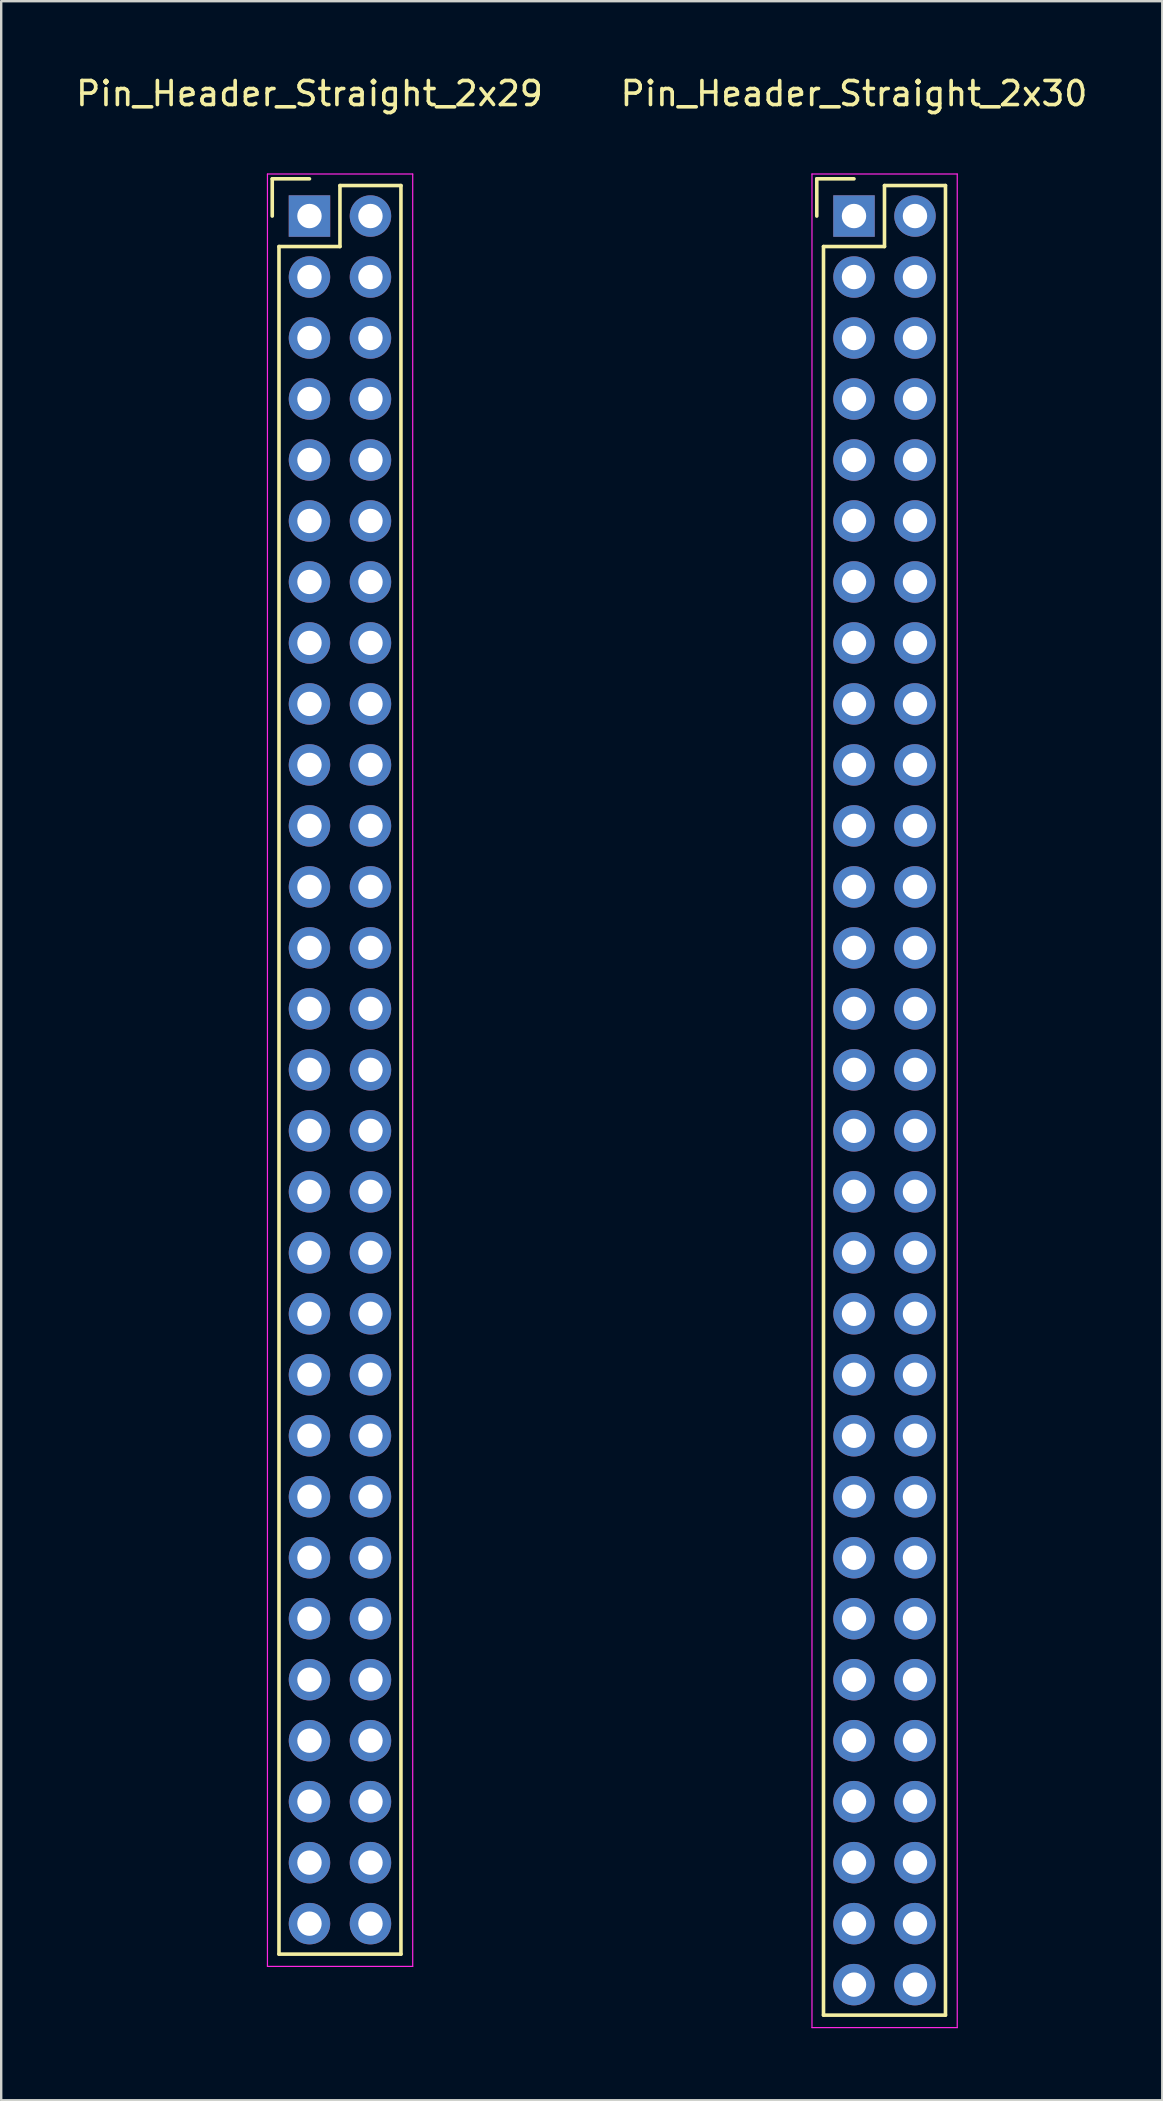
<source format=kicad_pcb>
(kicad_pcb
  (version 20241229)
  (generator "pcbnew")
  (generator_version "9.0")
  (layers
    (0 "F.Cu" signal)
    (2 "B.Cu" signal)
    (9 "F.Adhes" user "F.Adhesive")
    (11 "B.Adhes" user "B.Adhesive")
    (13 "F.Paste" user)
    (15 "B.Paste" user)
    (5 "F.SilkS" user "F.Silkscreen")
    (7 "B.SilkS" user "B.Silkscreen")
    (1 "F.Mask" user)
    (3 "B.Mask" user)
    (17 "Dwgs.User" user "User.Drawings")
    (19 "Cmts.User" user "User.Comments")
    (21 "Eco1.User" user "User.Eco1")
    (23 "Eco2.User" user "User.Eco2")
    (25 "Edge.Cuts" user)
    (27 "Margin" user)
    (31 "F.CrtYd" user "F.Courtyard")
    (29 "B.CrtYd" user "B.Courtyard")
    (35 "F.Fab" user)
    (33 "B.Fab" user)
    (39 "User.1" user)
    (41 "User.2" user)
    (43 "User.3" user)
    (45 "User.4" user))
  (footprint "Pin_Header_Straight_2x30"
    (layer "F.Cu")
    (at 32.518 5.948)
    (property "Reference" "Pin_Header_Straight_2x30" (at 0 -5.1 0) (layer "F.SilkS") (effects (font (size 1 1) (thickness 0.15))))
    (attr through_hole)
    (fp_line (start -1.55 -1.55) (end -1.55 0) (stroke (width 0.15) (type solid)) (layer "F.SilkS"))
    (fp_line (start -1.27 74.93) (end -1.27 1.27) (stroke (width 0.15) (type solid)) (layer "F.SilkS"))
    (fp_line (start 0 -1.55) (end -1.55 -1.55) (stroke (width 0.15) (type solid)) (layer "F.SilkS"))
    (fp_line (start 1.27 -1.27) (end 1.27 1.27) (stroke (width 0.15) (type solid)) (layer "F.SilkS"))
    (fp_line (start 1.27 1.27) (end -1.27 1.27) (stroke (width 0.15) (type solid)) (layer "F.SilkS"))
    (fp_line (start 3.81 -1.27) (end 1.27 -1.27) (stroke (width 0.15) (type solid)) (layer "F.SilkS"))
    (fp_line (start 3.81 -1.27) (end 3.81 74.93) (stroke (width 0.15) (type solid)) (layer "F.SilkS"))
    (fp_line (start 3.81 74.93) (end -1.27 74.93) (stroke (width 0.15) (type solid)) (layer "F.SilkS"))
    (fp_line (start -1.75 -1.75) (end -1.75 75.45) (stroke (width 0.05) (type solid)) (layer "F.CrtYd"))
    (fp_line (start -1.75 -1.75) (end 4.3 -1.75) (stroke (width 0.05) (type solid)) (layer "F.CrtYd"))
    (fp_line (start -1.75 75.45) (end 4.3 75.45) (stroke (width 0.05) (type solid)) (layer "F.CrtYd"))
    (fp_line (start 4.3 -1.75) (end 4.3 75.45) (stroke (width 0.05) (type solid)) (layer "F.CrtYd"))
    (pad "1" thru_hole rect (at 0 0) (size 1.727 1.727) (drill 1.016) (layers "*.Cu" "*.Mask"))
    (pad "2" thru_hole oval (at 2.54 0) (size 1.727 1.727) (drill 1.016) (layers "*.Cu" "*.Mask"))
    (pad "3" thru_hole oval (at 0 2.54) (size 1.727 1.727) (drill 1.016) (layers "*.Cu" "*.Mask"))
    (pad "4" thru_hole oval (at 2.54 2.54) (size 1.727 1.727) (drill 1.016) (layers "*.Cu" "*.Mask"))
    (pad "5" thru_hole oval (at 0 5.08) (size 1.727 1.727) (drill 1.016) (layers "*.Cu" "*.Mask"))
    (pad "6" thru_hole oval (at 2.54 5.08) (size 1.727 1.727) (drill 1.016) (layers "*.Cu" "*.Mask"))
    (pad "7" thru_hole oval (at 0 7.62) (size 1.727 1.727) (drill 1.016) (layers "*.Cu" "*.Mask"))
    (pad "8" thru_hole oval (at 2.54 7.62) (size 1.727 1.727) (drill 1.016) (layers "*.Cu" "*.Mask"))
    (pad "9" thru_hole oval (at 0 10.16) (size 1.727 1.727) (drill 1.016) (layers "*.Cu" "*.Mask"))
    (pad "10" thru_hole oval (at 2.54 10.16) (size 1.727 1.727) (drill 1.016) (layers "*.Cu" "*.Mask"))
    (pad "11" thru_hole oval (at 0 12.7) (size 1.727 1.727) (drill 1.016) (layers "*.Cu" "*.Mask"))
    (pad "12" thru_hole oval (at 2.54 12.7) (size 1.727 1.727) (drill 1.016) (layers "*.Cu" "*.Mask"))
    (pad "13" thru_hole oval (at 0 15.24) (size 1.727 1.727) (drill 1.016) (layers "*.Cu" "*.Mask"))
    (pad "14" thru_hole oval (at 2.54 15.24) (size 1.727 1.727) (drill 1.016) (layers "*.Cu" "*.Mask"))
    (pad "15" thru_hole oval (at 0 17.78) (size 1.727 1.727) (drill 1.016) (layers "*.Cu" "*.Mask"))
    (pad "16" thru_hole oval (at 2.54 17.78) (size 1.727 1.727) (drill 1.016) (layers "*.Cu" "*.Mask"))
    (pad "17" thru_hole oval (at 0 20.32) (size 1.727 1.727) (drill 1.016) (layers "*.Cu" "*.Mask"))
    (pad "18" thru_hole oval (at 2.54 20.32) (size 1.727 1.727) (drill 1.016) (layers "*.Cu" "*.Mask"))
    (pad "19" thru_hole oval (at 0 22.86) (size 1.727 1.727) (drill 1.016) (layers "*.Cu" "*.Mask"))
    (pad "20" thru_hole oval (at 2.54 22.86) (size 1.727 1.727) (drill 1.016) (layers "*.Cu" "*.Mask"))
    (pad "21" thru_hole oval (at 0 25.4) (size 1.727 1.727) (drill 1.016) (layers "*.Cu" "*.Mask"))
    (pad "22" thru_hole oval (at 2.54 25.4) (size 1.727 1.727) (drill 1.016) (layers "*.Cu" "*.Mask"))
    (pad "23" thru_hole oval (at 0 27.94) (size 1.727 1.727) (drill 1.016) (layers "*.Cu" "*.Mask"))
    (pad "24" thru_hole oval (at 2.54 27.94) (size 1.727 1.727) (drill 1.016) (layers "*.Cu" "*.Mask"))
    (pad "25" thru_hole oval (at 0 30.48) (size 1.727 1.727) (drill 1.016) (layers "*.Cu" "*.Mask"))
    (pad "26" thru_hole oval (at 2.54 30.48) (size 1.727 1.727) (drill 1.016) (layers "*.Cu" "*.Mask"))
    (pad "27" thru_hole oval (at 0 33.02) (size 1.727 1.727) (drill 1.016) (layers "*.Cu" "*.Mask"))
    (pad "28" thru_hole oval (at 2.54 33.02) (size 1.727 1.727) (drill 1.016) (layers "*.Cu" "*.Mask"))
    (pad "29" thru_hole oval (at 0 35.56) (size 1.727 1.727) (drill 1.016) (layers "*.Cu" "*.Mask"))
    (pad "30" thru_hole oval (at 2.54 35.56) (size 1.727 1.727) (drill 1.016) (layers "*.Cu" "*.Mask"))
    (pad "31" thru_hole oval (at 0 38.1) (size 1.727 1.727) (drill 1.016) (layers "*.Cu" "*.Mask"))
    (pad "32" thru_hole oval (at 2.54 38.1) (size 1.727 1.727) (drill 1.016) (layers "*.Cu" "*.Mask"))
    (pad "33" thru_hole oval (at 0 40.64) (size 1.727 1.727) (drill 1.016) (layers "*.Cu" "*.Mask"))
    (pad "34" thru_hole oval (at 2.54 40.64) (size 1.727 1.727) (drill 1.016) (layers "*.Cu" "*.Mask"))
    (pad "35" thru_hole oval (at 0 43.18) (size 1.727 1.727) (drill 1.016) (layers "*.Cu" "*.Mask"))
    (pad "36" thru_hole oval (at 2.54 43.18) (size 1.727 1.727) (drill 1.016) (layers "*.Cu" "*.Mask"))
    (pad "37" thru_hole oval (at 0 45.72) (size 1.727 1.727) (drill 1.016) (layers "*.Cu" "*.Mask"))
    (pad "38" thru_hole oval (at 2.54 45.72) (size 1.727 1.727) (drill 1.016) (layers "*.Cu" "*.Mask"))
    (pad "39" thru_hole oval (at 0 48.26) (size 1.727 1.727) (drill 1.016) (layers "*.Cu" "*.Mask"))
    (pad "40" thru_hole oval (at 2.54 48.26) (size 1.727 1.727) (drill 1.016) (layers "*.Cu" "*.Mask"))
    (pad "41" thru_hole oval (at 0 50.8) (size 1.727 1.727) (drill 1.016) (layers "*.Cu" "*.Mask"))
    (pad "42" thru_hole oval (at 2.54 50.8) (size 1.727 1.727) (drill 1.016) (layers "*.Cu" "*.Mask"))
    (pad "43" thru_hole oval (at 0 53.34) (size 1.727 1.727) (drill 1.016) (layers "*.Cu" "*.Mask"))
    (pad "44" thru_hole oval (at 2.54 53.34) (size 1.727 1.727) (drill 1.016) (layers "*.Cu" "*.Mask"))
    (pad "45" thru_hole oval (at 0 55.88) (size 1.727 1.727) (drill 1.016) (layers "*.Cu" "*.Mask"))
    (pad "46" thru_hole oval (at 2.54 55.88) (size 1.727 1.727) (drill 1.016) (layers "*.Cu" "*.Mask"))
    (pad "47" thru_hole oval (at 0 58.42) (size 1.727 1.727) (drill 1.016) (layers "*.Cu" "*.Mask"))
    (pad "48" thru_hole oval (at 2.54 58.42) (size 1.727 1.727) (drill 1.016) (layers "*.Cu" "*.Mask"))
    (pad "49" thru_hole oval (at 0 60.96) (size 1.727 1.727) (drill 1.016) (layers "*.Cu" "*.Mask"))
    (pad "50" thru_hole oval (at 2.54 60.96) (size 1.727 1.727) (drill 1.016) (layers "*.Cu" "*.Mask"))
    (pad "51" thru_hole oval (at 0 63.5) (size 1.727 1.727) (drill 1.016) (layers "*.Cu" "*.Mask"))
    (pad "52" thru_hole oval (at 2.54 63.5) (size 1.727 1.727) (drill 1.016) (layers "*.Cu" "*.Mask"))
    (pad "53" thru_hole oval (at 0 66.04) (size 1.727 1.727) (drill 1.016) (layers "*.Cu" "*.Mask"))
    (pad "54" thru_hole oval (at 2.54 66.04) (size 1.727 1.727) (drill 1.016) (layers "*.Cu" "*.Mask"))
    (pad "55" thru_hole oval (at 0 68.58) (size 1.727 1.727) (drill 1.016) (layers "*.Cu" "*.Mask"))
    (pad "56" thru_hole oval (at 2.54 68.58) (size 1.727 1.727) (drill 1.016) (layers "*.Cu" "*.Mask"))
    (pad "57" thru_hole oval (at 0 71.12) (size 1.727 1.727) (drill 1.016) (layers "*.Cu" "*.Mask"))
    (pad "58" thru_hole oval (at 2.54 71.12) (size 1.727 1.727) (drill 1.016) (layers "*.Cu" "*.Mask"))
    (pad "59" thru_hole oval (at 0 73.66) (size 1.727 1.727) (drill 1.016) (layers "*.Cu" "*.Mask"))
    (pad "60" thru_hole oval (at 2.54 73.66) (size 1.727 1.727) (drill 1.016) (layers "*.Cu" "*.Mask")))
  (footprint "Pin_Header_Straight_2x29"
    (layer "F.Cu")
    (at 9.839 5.948)
    (property "Reference" "Pin_Header_Straight_2x29" (at 0 -5.1 0) (layer "F.SilkS") (effects (font (size 1 1) (thickness 0.15))))
    (attr through_hole)
    (fp_line (start -1.55 -1.55) (end -1.55 0) (stroke (width 0.15) (type solid)) (layer "F.SilkS"))
    (fp_line (start -1.27 1.27) (end -1.27 72.39) (stroke (width 0.15) (type solid)) (layer "F.SilkS"))
    (fp_line (start 0 -1.55) (end -1.55 -1.55) (stroke (width 0.15) (type solid)) (layer "F.SilkS"))
    (fp_line (start 1.27 -1.27) (end 1.27 1.27) (stroke (width 0.15) (type solid)) (layer "F.SilkS"))
    (fp_line (start 1.27 1.27) (end -1.27 1.27) (stroke (width 0.15) (type solid)) (layer "F.SilkS"))
    (fp_line (start 3.81 -1.27) (end 1.27 -1.27) (stroke (width 0.15) (type solid)) (layer "F.SilkS"))
    (fp_line (start 3.81 72.39) (end -1.27 72.39) (stroke (width 0.15) (type solid)) (layer "F.SilkS"))
    (fp_line (start 3.81 72.39) (end 3.81 -1.27) (stroke (width 0.15) (type solid)) (layer "F.SilkS"))
    (fp_line (start -1.75 -1.75) (end -1.75 72.9) (stroke (width 0.05) (type solid)) (layer "F.CrtYd"))
    (fp_line (start -1.75 -1.75) (end 4.3 -1.75) (stroke (width 0.05) (type solid)) (layer "F.CrtYd"))
    (fp_line (start -1.75 72.9) (end 4.3 72.9) (stroke (width 0.05) (type solid)) (layer "F.CrtYd"))
    (fp_line (start 4.3 -1.75) (end 4.3 72.9) (stroke (width 0.05) (type solid)) (layer "F.CrtYd"))
    (pad "1" thru_hole rect (at 0 0) (size 1.727 1.727) (drill 1.016) (layers "*.Cu" "*.Mask"))
    (pad "2" thru_hole oval (at 2.54 0) (size 1.727 1.727) (drill 1.016) (layers "*.Cu" "*.Mask"))
    (pad "3" thru_hole oval (at 0 2.54) (size 1.727 1.727) (drill 1.016) (layers "*.Cu" "*.Mask"))
    (pad "4" thru_hole oval (at 2.54 2.54) (size 1.727 1.727) (drill 1.016) (layers "*.Cu" "*.Mask"))
    (pad "5" thru_hole oval (at 0 5.08) (size 1.727 1.727) (drill 1.016) (layers "*.Cu" "*.Mask"))
    (pad "6" thru_hole oval (at 2.54 5.08) (size 1.727 1.727) (drill 1.016) (layers "*.Cu" "*.Mask"))
    (pad "7" thru_hole oval (at 0 7.62) (size 1.727 1.727) (drill 1.016) (layers "*.Cu" "*.Mask"))
    (pad "8" thru_hole oval (at 2.54 7.62) (size 1.727 1.727) (drill 1.016) (layers "*.Cu" "*.Mask"))
    (pad "9" thru_hole oval (at 0 10.16) (size 1.727 1.727) (drill 1.016) (layers "*.Cu" "*.Mask"))
    (pad "10" thru_hole oval (at 2.54 10.16) (size 1.727 1.727) (drill 1.016) (layers "*.Cu" "*.Mask"))
    (pad "11" thru_hole oval (at 0 12.7) (size 1.727 1.727) (drill 1.016) (layers "*.Cu" "*.Mask"))
    (pad "12" thru_hole oval (at 2.54 12.7) (size 1.727 1.727) (drill 1.016) (layers "*.Cu" "*.Mask"))
    (pad "13" thru_hole oval (at 0 15.24) (size 1.727 1.727) (drill 1.016) (layers "*.Cu" "*.Mask"))
    (pad "14" thru_hole oval (at 2.54 15.24) (size 1.727 1.727) (drill 1.016) (layers "*.Cu" "*.Mask"))
    (pad "15" thru_hole oval (at 0 17.78) (size 1.727 1.727) (drill 1.016) (layers "*.Cu" "*.Mask"))
    (pad "16" thru_hole oval (at 2.54 17.78) (size 1.727 1.727) (drill 1.016) (layers "*.Cu" "*.Mask"))
    (pad "17" thru_hole oval (at 0 20.32) (size 1.727 1.727) (drill 1.016) (layers "*.Cu" "*.Mask"))
    (pad "18" thru_hole oval (at 2.54 20.32) (size 1.727 1.727) (drill 1.016) (layers "*.Cu" "*.Mask"))
    (pad "19" thru_hole oval (at 0 22.86) (size 1.727 1.727) (drill 1.016) (layers "*.Cu" "*.Mask"))
    (pad "20" thru_hole oval (at 2.54 22.86) (size 1.727 1.727) (drill 1.016) (layers "*.Cu" "*.Mask"))
    (pad "21" thru_hole oval (at 0 25.4) (size 1.727 1.727) (drill 1.016) (layers "*.Cu" "*.Mask"))
    (pad "22" thru_hole oval (at 2.54 25.4) (size 1.727 1.727) (drill 1.016) (layers "*.Cu" "*.Mask"))
    (pad "23" thru_hole oval (at 0 27.94) (size 1.727 1.727) (drill 1.016) (layers "*.Cu" "*.Mask"))
    (pad "24" thru_hole oval (at 2.54 27.94) (size 1.727 1.727) (drill 1.016) (layers "*.Cu" "*.Mask"))
    (pad "25" thru_hole oval (at 0 30.48) (size 1.727 1.727) (drill 1.016) (layers "*.Cu" "*.Mask"))
    (pad "26" thru_hole oval (at 2.54 30.48) (size 1.727 1.727) (drill 1.016) (layers "*.Cu" "*.Mask"))
    (pad "27" thru_hole oval (at 0 33.02) (size 1.727 1.727) (drill 1.016) (layers "*.Cu" "*.Mask"))
    (pad "28" thru_hole oval (at 2.54 33.02) (size 1.727 1.727) (drill 1.016) (layers "*.Cu" "*.Mask"))
    (pad "29" thru_hole oval (at 0 35.56) (size 1.727 1.727) (drill 1.016) (layers "*.Cu" "*.Mask"))
    (pad "30" thru_hole oval (at 2.54 35.56) (size 1.727 1.727) (drill 1.016) (layers "*.Cu" "*.Mask"))
    (pad "31" thru_hole oval (at 0 38.1) (size 1.727 1.727) (drill 1.016) (layers "*.Cu" "*.Mask"))
    (pad "32" thru_hole oval (at 2.54 38.1) (size 1.727 1.727) (drill 1.016) (layers "*.Cu" "*.Mask"))
    (pad "33" thru_hole oval (at 0 40.64) (size 1.727 1.727) (drill 1.016) (layers "*.Cu" "*.Mask"))
    (pad "34" thru_hole oval (at 2.54 40.64) (size 1.727 1.727) (drill 1.016) (layers "*.Cu" "*.Mask"))
    (pad "35" thru_hole oval (at 0 43.18) (size 1.727 1.727) (drill 1.016) (layers "*.Cu" "*.Mask"))
    (pad "36" thru_hole oval (at 2.54 43.18) (size 1.727 1.727) (drill 1.016) (layers "*.Cu" "*.Mask"))
    (pad "37" thru_hole oval (at 0 45.72) (size 1.727 1.727) (drill 1.016) (layers "*.Cu" "*.Mask"))
    (pad "38" thru_hole oval (at 2.54 45.72) (size 1.727 1.727) (drill 1.016) (layers "*.Cu" "*.Mask"))
    (pad "39" thru_hole oval (at 0 48.26) (size 1.727 1.727) (drill 1.016) (layers "*.Cu" "*.Mask"))
    (pad "40" thru_hole oval (at 2.54 48.26) (size 1.727 1.727) (drill 1.016) (layers "*.Cu" "*.Mask"))
    (pad "41" thru_hole oval (at 0 50.8) (size 1.727 1.727) (drill 1.016) (layers "*.Cu" "*.Mask"))
    (pad "42" thru_hole oval (at 2.54 50.8) (size 1.727 1.727) (drill 1.016) (layers "*.Cu" "*.Mask"))
    (pad "43" thru_hole oval (at 0 53.34) (size 1.727 1.727) (drill 1.016) (layers "*.Cu" "*.Mask"))
    (pad "44" thru_hole oval (at 2.54 53.34) (size 1.727 1.727) (drill 1.016) (layers "*.Cu" "*.Mask"))
    (pad "45" thru_hole oval (at 0 55.88) (size 1.727 1.727) (drill 1.016) (layers "*.Cu" "*.Mask"))
    (pad "46" thru_hole oval (at 2.54 55.88) (size 1.727 1.727) (drill 1.016) (layers "*.Cu" "*.Mask"))
    (pad "47" thru_hole oval (at 0 58.42) (size 1.727 1.727) (drill 1.016) (layers "*.Cu" "*.Mask"))
    (pad "48" thru_hole oval (at 2.54 58.42) (size 1.727 1.727) (drill 1.016) (layers "*.Cu" "*.Mask"))
    (pad "49" thru_hole oval (at 0 60.96) (size 1.727 1.727) (drill 1.016) (layers "*.Cu" "*.Mask"))
    (pad "50" thru_hole oval (at 2.54 60.96) (size 1.727 1.727) (drill 1.016) (layers "*.Cu" "*.Mask"))
    (pad "51" thru_hole oval (at 0 63.5) (size 1.727 1.727) (drill 1.016) (layers "*.Cu" "*.Mask"))
    (pad "52" thru_hole oval (at 2.54 63.5) (size 1.727 1.727) (drill 1.016) (layers "*.Cu" "*.Mask"))
    (pad "53" thru_hole oval (at 0 66.04) (size 1.727 1.727) (drill 1.016) (layers "*.Cu" "*.Mask"))
    (pad "54" thru_hole oval (at 2.54 66.04) (size 1.727 1.727) (drill 1.016) (layers "*.Cu" "*.Mask"))
    (pad "55" thru_hole oval (at 0 68.58) (size 1.727 1.727) (drill 1.016) (layers "*.Cu" "*.Mask"))
    (pad "56" thru_hole oval (at 2.54 68.58) (size 1.727 1.727) (drill 1.016) (layers "*.Cu" "*.Mask"))
    (pad "57" thru_hole oval (at 0 71.12) (size 1.727 1.727) (drill 1.016) (layers "*.Cu" "*.Mask"))
    (pad "58" thru_hole oval (at 2.54 71.12) (size 1.727 1.727) (drill 1.016) (layers "*.Cu" "*.Mask")))
  (gr_rect
    (start -3 -3)
    (end 45.357 84.423)
    (stroke (width 0.1) (type default))
    (fill no)
    (layer "Edge.Cuts")))
</source>
